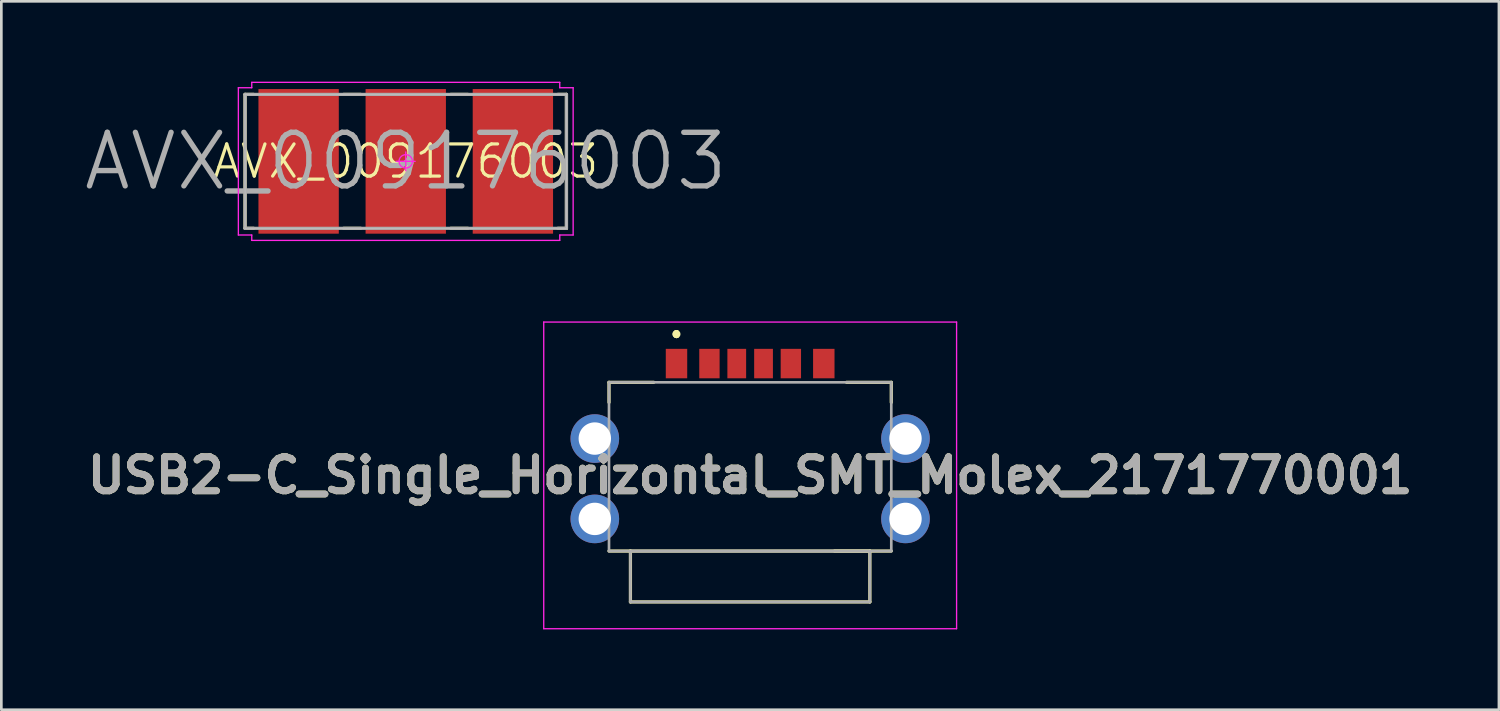
<source format=kicad_pcb>
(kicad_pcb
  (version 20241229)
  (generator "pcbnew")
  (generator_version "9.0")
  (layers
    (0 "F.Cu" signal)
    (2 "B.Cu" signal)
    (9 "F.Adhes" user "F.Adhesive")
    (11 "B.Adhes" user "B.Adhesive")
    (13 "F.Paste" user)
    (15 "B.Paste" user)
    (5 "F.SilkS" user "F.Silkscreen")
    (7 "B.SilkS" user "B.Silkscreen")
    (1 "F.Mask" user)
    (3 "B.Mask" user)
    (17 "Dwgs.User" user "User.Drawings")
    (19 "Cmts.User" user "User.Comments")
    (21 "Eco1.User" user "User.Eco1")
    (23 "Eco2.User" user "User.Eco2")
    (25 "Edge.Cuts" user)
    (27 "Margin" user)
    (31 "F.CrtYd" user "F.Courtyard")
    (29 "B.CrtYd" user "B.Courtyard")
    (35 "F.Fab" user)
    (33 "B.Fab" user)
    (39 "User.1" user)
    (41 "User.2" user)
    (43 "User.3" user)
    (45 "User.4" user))
  (footprint "AVX_009176003"
    (layer "F.Cu")
    (at 12.1 2.975)
    (property "Reference" "AVX_009176003" (at 0 0 0) (layer "F.SilkS") (effects (font (size 1.2 1.2) (thickness 0.12))))
    (attr smd)
    (fp_line (start -6 -2.5) (end -5.68 -2.5) (stroke (width 0.12) (type solid)) (layer "F.SilkS"))
    (fp_line (start -6 2.5) (end -6 -2.5) (stroke (width 0.12) (type solid)) (layer "F.SilkS"))
    (fp_line (start -5.68 2.5) (end -6 2.5) (stroke (width 0.12) (type solid)) (layer "F.SilkS"))
    (fp_line (start -2.32 -2.5) (end -1.68 -2.5) (stroke (width 0.12) (type solid)) (layer "F.SilkS"))
    (fp_line (start -2.32 2.5) (end -1.68 2.5) (stroke (width 0.12) (type solid)) (layer "F.SilkS"))
    (fp_line (start 1.68 -2.5) (end 2.32 -2.5) (stroke (width 0.12) (type solid)) (layer "F.SilkS"))
    (fp_line (start 1.68 2.5) (end 2.32 2.5) (stroke (width 0.12) (type solid)) (layer "F.SilkS"))
    (fp_line (start 5.68 -2.5) (end 6 -2.5) (stroke (width 0.12) (type solid)) (layer "F.SilkS"))
    (fp_line (start 6 -2.5) (end 6 2.5) (stroke (width 0.12) (type solid)) (layer "F.SilkS"))
    (fp_line (start 6 2.5) (end 5.68 2.5) (stroke (width 0.12) (type solid)) (layer "F.SilkS"))
    (fp_line (start -6 -2.5) (end 6 -2.5) (stroke (width 0.025) (type solid)) (layer "Dwgs.User"))
    (fp_line (start -6 2.5) (end -6 -2.5) (stroke (width 0.025) (type solid)) (layer "Dwgs.User"))
    (fp_line (start 6 -2.5) (end 6 2.5) (stroke (width 0.025) (type solid)) (layer "Dwgs.User"))
    (fp_line (start 6 2.5) (end -6 2.5) (stroke (width 0.025) (type solid)) (layer "Dwgs.User"))
    (fp_line (start -6.25 -2.75) (end -6.25 2.75) (stroke (width 0.05) (type solid)) (layer "F.CrtYd"))
    (fp_line (start -6.25 2.75) (end -5.75 2.75) (stroke (width 0.05) (type solid)) (layer "F.CrtYd"))
    (fp_line (start -5.75 -2.95) (end -5.75 -2.75) (stroke (width 0.05) (type solid)) (layer "F.CrtYd"))
    (fp_line (start -5.75 -2.75) (end -6.25 -2.75) (stroke (width 0.05) (type solid)) (layer "F.CrtYd"))
    (fp_line (start -5.75 2.75) (end -5.75 2.95) (stroke (width 0.05) (type solid)) (layer "F.CrtYd"))
    (fp_line (start -5.75 2.95) (end 5.75 2.95) (stroke (width 0.05) (type solid)) (layer "F.CrtYd"))
    (fp_line (start 0 -0.35) (end 0 0.35) (stroke (width 0.05) (type solid)) (layer "F.CrtYd"))
    (fp_line (start 0.35 0) (end -0.35 0) (stroke (width 0.05) (type solid)) (layer "F.CrtYd"))
    (fp_line (start 5.75 -2.95) (end -5.75 -2.95) (stroke (width 0.05) (type solid)) (layer "F.CrtYd"))
    (fp_line (start 5.75 -2.75) (end 5.75 -2.95) (stroke (width 0.05) (type solid)) (layer "F.CrtYd"))
    (fp_line (start 5.75 2.75) (end 6.25 2.75) (stroke (width 0.05) (type solid)) (layer "F.CrtYd"))
    (fp_line (start 5.75 2.95) (end 5.75 2.75) (stroke (width 0.05) (type solid)) (layer "F.CrtYd"))
    (fp_line (start 6.25 -2.75) (end 5.75 -2.75) (stroke (width 0.05) (type solid)) (layer "F.CrtYd"))
    (fp_line (start 6.25 2.75) (end 6.25 -2.75) (stroke (width 0.05) (type solid)) (layer "F.CrtYd"))
    (fp_circle (center 0 0) (end 0 0.25) (stroke (width 0.05) (type solid)) (fill no) (layer "F.CrtYd"))
    (fp_line (start -6 -2.5) (end 6 -2.5) (stroke (width 0.12) (type solid)) (layer "F.Fab"))
    (fp_line (start -6 2.5) (end -6 -2.5) (stroke (width 0.12) (type solid)) (layer "F.Fab"))
    (fp_line (start 6 -2.5) (end 6 2.5) (stroke (width 0.12) (type solid)) (layer "F.Fab"))
    (fp_line (start 6 2.5) (end -6 2.5) (stroke (width 0.12) (type solid)) (layer "F.Fab"))
    (fp_text user "${REFERENCE}" (at 0 0 0) (layer "F.Fab") (effects (font (size 2 2) (thickness 0.2))))
    (pad "1" smd rect (at -4 0) (size 3 5.4) (layers "F.Cu" "F.Mask" "F.Paste"))
    (pad "2" smd rect (at 0 0) (size 3 5.4) (layers "F.Cu" "F.Mask" "F.Paste"))
    (pad "3" smd rect (at 4 0) (size 3 5.4) (layers "F.Cu" "F.Mask" "F.Paste")))
  (footprint "USB2-C_Single_Horizontal_SMT_Molex_2171770001"
    (layer "F.Cu")
    (at 24.959 14.375)
    (property "Reference" "USB2-C_Single_Horizontal_SMT_Molex_2171770001" (at 0 0.325 0) (layer "F.SilkS") (effects (font (size 1.27 1.27) (thickness 0.254))))
    (attr through_hole)
    (fp_line (start -5.27 -3.15) (end -5.27 -2.4) (stroke (width 0.12) (type solid)) (layer "F.SilkS"))
    (fp_line (start -5.27 3.15) (end -4.47 3.15) (stroke (width 0.12) (type solid)) (layer "F.SilkS"))
    (fp_line (start -4.47 3.15) (end 4.47 3.15) (stroke (width 0.12) (type solid)) (layer "F.SilkS"))
    (fp_line (start -4.47 5.05) (end -4.47 3.15) (stroke (width 0.12) (type solid)) (layer "F.SilkS"))
    (fp_line (start -3.6 -3.15) (end -5.27 -3.15) (stroke (width 0.12) (type solid)) (layer "F.SilkS"))
    (fp_line (start -2.75 -5) (end -2.75 -5) (stroke (width 0.2) (type solid)) (layer "F.SilkS"))
    (fp_line (start -2.75 -5) (end -2.75 -5) (stroke (width 0.2) (type solid)) (layer "F.SilkS"))
    (fp_line (start -2.75 -4.9) (end -2.75 -4.9) (stroke (width 0.2) (type solid)) (layer "F.SilkS"))
    (fp_line (start 3.6 -3.15) (end 5.27 -3.15) (stroke (width 0.12) (type solid)) (layer "F.SilkS"))
    (fp_line (start 4.47 3.15) (end 4.47 5.05) (stroke (width 0.12) (type solid)) (layer "F.SilkS"))
    (fp_line (start 4.47 5.05) (end -4.47 5.05) (stroke (width 0.12) (type solid)) (layer "F.SilkS"))
    (fp_line (start 5.27 -3.15) (end 5.27 -2.4) (stroke (width 0.12) (type solid)) (layer "F.SilkS"))
    (fp_line (start 5.27 3.15) (end 3.15 3.15) (stroke (width 0.12) (type solid)) (layer "F.SilkS"))
    (fp_arc (start -2.75 -5) (mid -2.7 -4.95) (end -2.75 -4.9) (stroke (width 0.2) (type solid)) (layer "F.SilkS"))
    (fp_arc (start -2.75 -4.9) (mid -2.8 -4.95) (end -2.75 -5) (stroke (width 0.2) (type solid)) (layer "F.SilkS"))
    (fp_arc (start -2.75 -4.9) (mid -2.8 -4.95) (end -2.75 -5) (stroke (width 0.2) (type solid)) (layer "F.SilkS"))
    (fp_line (start -7.707 -5.4) (end 7.708 -5.4) (stroke (width 0.05) (type solid)) (layer "F.CrtYd"))
    (fp_line (start -7.707 6.05) (end -7.707 -5.4) (stroke (width 0.05) (type solid)) (layer "F.CrtYd"))
    (fp_line (start 7.708 -5.4) (end 7.708 6.05) (stroke (width 0.05) (type solid)) (layer "F.CrtYd"))
    (fp_line (start 7.708 6.05) (end -7.707 6.05) (stroke (width 0.05) (type solid)) (layer "F.CrtYd"))
    (fp_line (start -5.27 -3.15) (end -5.27 3.15) (stroke (width 0.1) (type solid)) (layer "F.Fab"))
    (fp_line (start -5.27 3.15) (end 5.27 3.15) (stroke (width 0.1) (type solid)) (layer "F.Fab"))
    (fp_line (start -4.47 3.15) (end 4.47 3.15) (stroke (width 0.1) (type solid)) (layer "F.Fab"))
    (fp_line (start -4.47 5.05) (end -4.47 3.15) (stroke (width 0.1) (type solid)) (layer "F.Fab"))
    (fp_line (start 4.47 3.15) (end 4.47 5.05) (stroke (width 0.1) (type solid)) (layer "F.Fab"))
    (fp_line (start 4.47 5.05) (end -4.47 5.05) (stroke (width 0.1) (type solid)) (layer "F.Fab"))
    (fp_line (start 5.27 -3.15) (end -5.27 -3.15) (stroke (width 0.1) (type solid)) (layer "F.Fab"))
    (fp_line (start 5.27 3.15) (end 5.27 -3.15) (stroke (width 0.1) (type solid)) (layer "F.Fab"))
    (fp_text user "${REFERENCE}" (at 0 0.325 0) (layer "F.Fab") (effects (font (size 1.27 1.27) (thickness 0.254))))
    (pad "C1" smd rect (at -2.75 -3.85) (size 0.8 1.1) (layers "F.Cu" "F.Mask" "F.Paste"))
    (pad "C2" smd rect (at -1.52 -3.85) (size 0.76 1.1) (layers "F.Cu" "F.Mask" "F.Paste"))
    (pad "C3" smd rect (at -0.5 -3.85) (size 0.7 1.1) (layers "F.Cu" "F.Mask" "F.Paste"))
    (pad "C4" smd rect (at 0.5 -3.85) (size 0.7 1.1) (layers "F.Cu" "F.Mask" "F.Paste"))
    (pad "C5" smd rect (at 1.52 -3.85) (size 0.76 1.1) (layers "F.Cu" "F.Mask" "F.Paste"))
    (pad "C6" smd rect (at 2.75 -3.85) (size 0.8 1.1) (layers "F.Cu" "F.Mask" "F.Paste"))
    (pad "MH1" thru_hole circle (at -5.8 -1.05) (size 1.815 1.815) (drill 1.21) (layers "*.Cu" "*.Mask"))
    (pad "MH2" thru_hole circle (at -5.8 1.95) (size 1.815 1.815) (drill 1.21) (layers "*.Cu" "*.Mask"))
    (pad "MH3" thru_hole circle (at 5.8 1.95) (size 1.815 1.815) (drill 1.21) (layers "*.Cu" "*.Mask"))
    (pad "MH4" thru_hole circle (at 5.8 -1.05) (size 1.815 1.815) (drill 1.21) (layers "*.Cu" "*.Mask")))
  (gr_rect
    (start -3 -3)
    (end 52.917 23.45)
    (stroke (width 0.1) (type default))
    (fill no)
    (layer "Edge.Cuts")))
</source>
